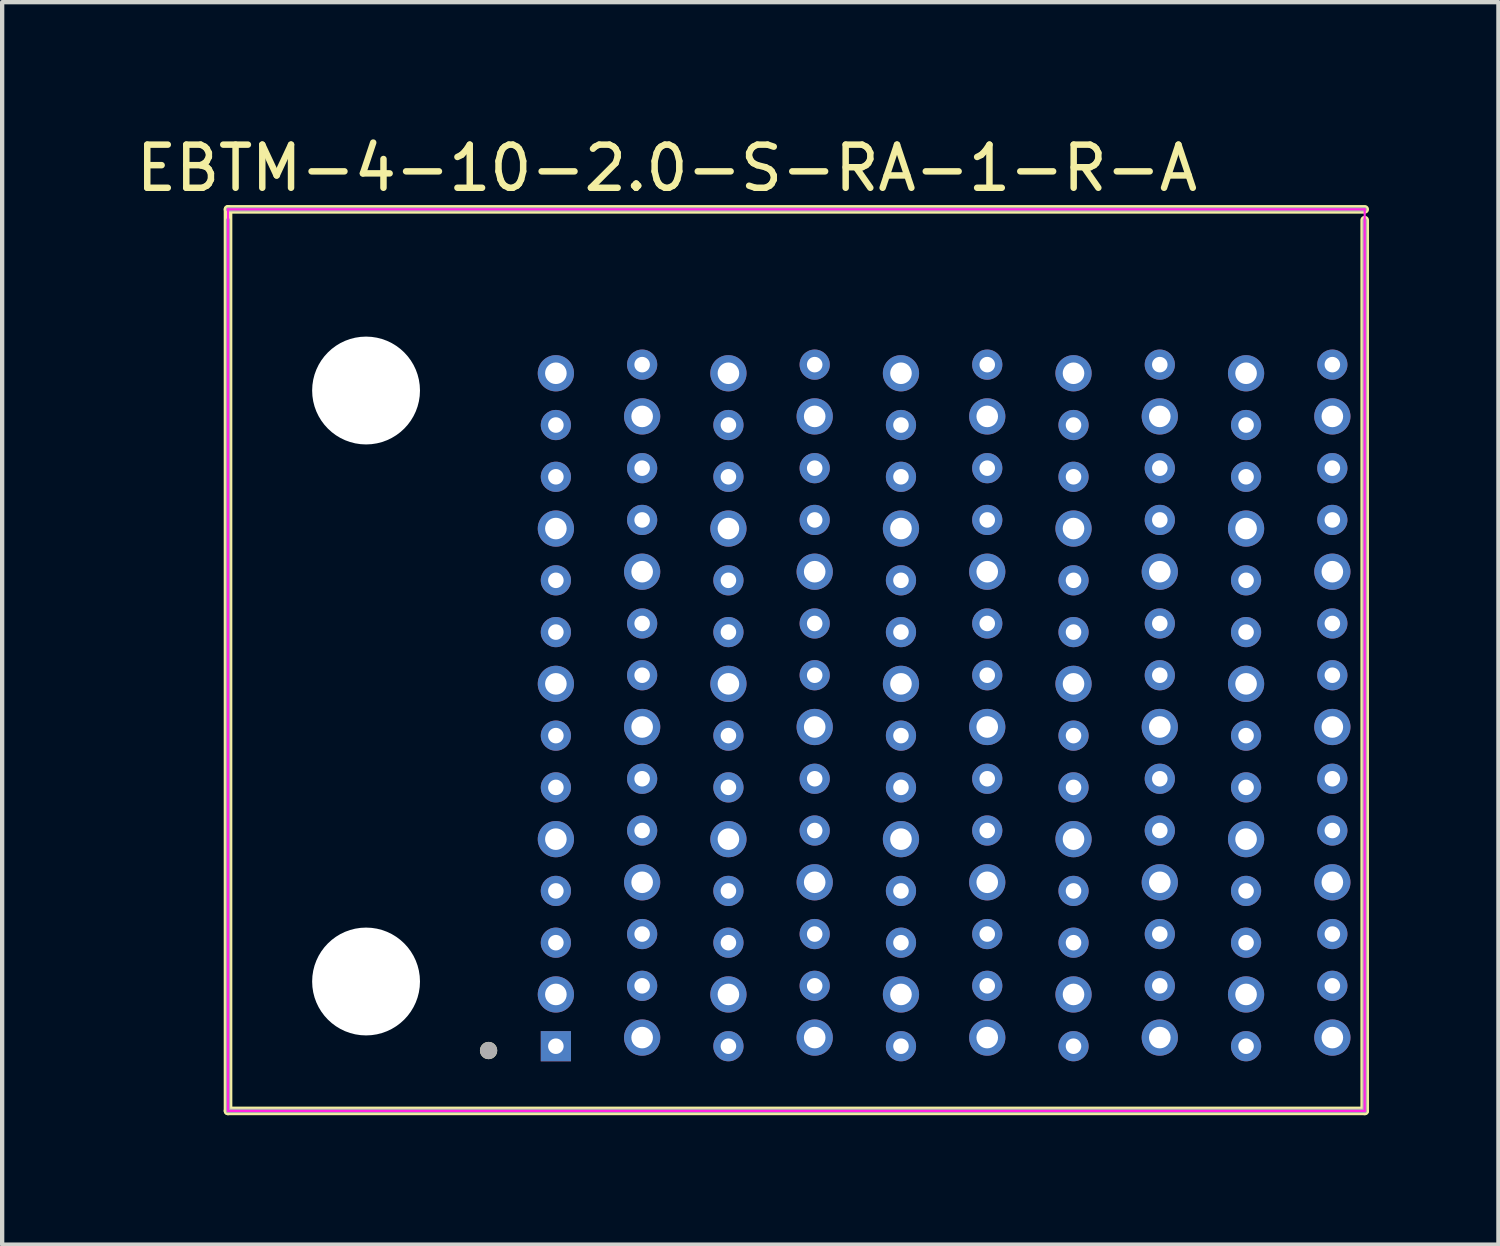
<source format=kicad_pcb>
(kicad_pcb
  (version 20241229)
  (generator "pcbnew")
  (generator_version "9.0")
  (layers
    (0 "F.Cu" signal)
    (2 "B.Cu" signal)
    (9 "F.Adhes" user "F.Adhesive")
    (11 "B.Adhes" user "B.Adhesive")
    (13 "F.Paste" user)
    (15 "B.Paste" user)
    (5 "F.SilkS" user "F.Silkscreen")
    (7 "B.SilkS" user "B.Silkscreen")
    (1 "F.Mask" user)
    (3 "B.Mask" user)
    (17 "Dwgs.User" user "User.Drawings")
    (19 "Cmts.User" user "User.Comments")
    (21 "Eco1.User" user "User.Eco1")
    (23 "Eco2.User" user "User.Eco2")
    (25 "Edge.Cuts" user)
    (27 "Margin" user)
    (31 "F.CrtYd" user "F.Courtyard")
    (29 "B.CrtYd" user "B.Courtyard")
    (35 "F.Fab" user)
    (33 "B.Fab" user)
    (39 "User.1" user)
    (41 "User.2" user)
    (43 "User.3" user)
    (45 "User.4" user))
  (footprint "EBTM-4-10-2.0-S-RA-1-R-A"
    (layer "F.Cu")
    (at 9.836 21.203)
    (property "Reference" "EBTM-4-10-2.0-S-RA-1-R-A" (at 2.575 -20.355 0) (layer "F.SilkS") (effects (font (size 1 1) (thickness 0.15))))
    (attr through_hole)
    (fp_line (start -7.6 -19.4) (end 18.75 -19.4) (stroke (width 0.2) (type solid)) (layer "F.SilkS"))
    (fp_line (start -7.6 1.5) (end -7.6 -19.4) (stroke (width 0.2) (type solid)) (layer "F.SilkS"))
    (fp_line (start 18.75 -19.15) (end 18.75 1.5) (stroke (width 0.2) (type solid)) (layer "F.SilkS"))
    (fp_line (start 18.75 1.5) (end -7.6 1.5) (stroke (width 0.2) (type solid)) (layer "F.SilkS"))
    (fp_circle (center -1.56 0.1) (end -1.46 0.1) (stroke (width 0.2) (type solid)) (fill no) (layer "F.SilkS"))
    (fp_line (start -7.6 -19.4) (end -7.6 1.5) (stroke (width 0.05) (type solid)) (layer "F.CrtYd"))
    (fp_line (start -7.6 1.5) (end 18.75 1.5) (stroke (width 0.05) (type solid)) (layer "F.CrtYd"))
    (fp_line (start 18.75 -19.4) (end -7.6 -19.4) (stroke (width 0.05) (type solid)) (layer "F.CrtYd"))
    (fp_line (start 18.75 1.5) (end 18.75 -19.4) (stroke (width 0.05) (type solid)) (layer "F.CrtYd"))
    (fp_line (start -7.6 -19.4) (end 18.75 -19.4) (stroke (width 0.1) (type solid)) (layer "F.Fab"))
    (fp_line (start -7.6 1.5) (end -7.6 -19.15) (stroke (width 0.1) (type solid)) (layer "F.Fab"))
    (fp_line (start 18.75 -19.15) (end 18.75 1.5) (stroke (width 0.1) (type solid)) (layer "F.Fab"))
    (fp_line (start 18.75 1.5) (end -7.6 1.5) (stroke (width 0.1) (type solid)) (layer "F.Fab"))
    (fp_circle (center -1.56 0.1) (end -1.46 0.1) (stroke (width 0.2) (type solid)) (fill no) (layer "F.Fab"))
    (pad "" np_thru_hole circle (at -4.4 -15.2) (size 2.5 2.5) (drill 2.5) (layers "*.Cu" "*.Mask"))
    (pad "" np_thru_hole circle (at -4.4 -1.5) (size 2.5 2.5) (drill 2.5) (layers "*.Cu" "*.Mask"))
    (pad "A1" thru_hole rect (at 0 0) (size 0.7 0.7) (drill 0.36) (layers "*.Cu" "*.Mask"))
    (pad "A2" thru_hole circle (at 2 -0.2) (size 0.84 0.84) (drill 0.5) (layers "*.Cu" "*.Mask"))
    (pad "A3" thru_hole circle (at 4 0) (size 0.7 0.7) (drill 0.36) (layers "*.Cu" "*.Mask"))
    (pad "A4" thru_hole circle (at 6 -0.2) (size 0.84 0.84) (drill 0.5) (layers "*.Cu" "*.Mask"))
    (pad "A5" thru_hole circle (at 8 0) (size 0.7 0.7) (drill 0.36) (layers "*.Cu" "*.Mask"))
    (pad "A6" thru_hole circle (at 10 -0.2) (size 0.84 0.84) (drill 0.5) (layers "*.Cu" "*.Mask"))
    (pad "A7" thru_hole circle (at 12 0) (size 0.7 0.7) (drill 0.36) (layers "*.Cu" "*.Mask"))
    (pad "A8" thru_hole circle (at 14 -0.2) (size 0.84 0.84) (drill 0.5) (layers "*.Cu" "*.Mask"))
    (pad "A9" thru_hole circle (at 16 0) (size 0.7 0.7) (drill 0.36) (layers "*.Cu" "*.Mask"))
    (pad "A10" thru_hole circle (at 18 -0.2) (size 0.84 0.84) (drill 0.5) (layers "*.Cu" "*.Mask"))
    (pad "B1" thru_hole circle (at 0 -1.2) (size 0.84 0.84) (drill 0.5) (layers "*.Cu" "*.Mask"))
    (pad "B2" thru_hole circle (at 2 -1.4) (size 0.7 0.7) (drill 0.36) (layers "*.Cu" "*.Mask"))
    (pad "B3" thru_hole circle (at 4 -1.2) (size 0.84 0.84) (drill 0.5) (layers "*.Cu" "*.Mask"))
    (pad "B4" thru_hole circle (at 6 -1.4) (size 0.7 0.7) (drill 0.36) (layers "*.Cu" "*.Mask"))
    (pad "B5" thru_hole circle (at 8 -1.2) (size 0.84 0.84) (drill 0.5) (layers "*.Cu" "*.Mask"))
    (pad "B6" thru_hole circle (at 10 -1.4) (size 0.7 0.7) (drill 0.36) (layers "*.Cu" "*.Mask"))
    (pad "B7" thru_hole circle (at 12 -1.2) (size 0.84 0.84) (drill 0.5) (layers "*.Cu" "*.Mask"))
    (pad "B8" thru_hole circle (at 14 -1.4) (size 0.7 0.7) (drill 0.36) (layers "*.Cu" "*.Mask"))
    (pad "B9" thru_hole circle (at 16 -1.2) (size 0.84 0.84) (drill 0.5) (layers "*.Cu" "*.Mask"))
    (pad "B10" thru_hole circle (at 18 -1.4) (size 0.7 0.7) (drill 0.36) (layers "*.Cu" "*.Mask"))
    (pad "C1" thru_hole circle (at 0 -2.4) (size 0.7 0.7) (drill 0.36) (layers "*.Cu" "*.Mask"))
    (pad "C2" thru_hole circle (at 2 -2.6) (size 0.7 0.7) (drill 0.36) (layers "*.Cu" "*.Mask"))
    (pad "C3" thru_hole circle (at 4 -2.4) (size 0.7 0.7) (drill 0.36) (layers "*.Cu" "*.Mask"))
    (pad "C4" thru_hole circle (at 6 -2.6) (size 0.7 0.7) (drill 0.36) (layers "*.Cu" "*.Mask"))
    (pad "C5" thru_hole circle (at 8 -2.4) (size 0.7 0.7) (drill 0.36) (layers "*.Cu" "*.Mask"))
    (pad "C6" thru_hole circle (at 10 -2.6) (size 0.7 0.7) (drill 0.36) (layers "*.Cu" "*.Mask"))
    (pad "C7" thru_hole circle (at 12 -2.4) (size 0.7 0.7) (drill 0.36) (layers "*.Cu" "*.Mask"))
    (pad "C8" thru_hole circle (at 14 -2.6) (size 0.7 0.7) (drill 0.36) (layers "*.Cu" "*.Mask"))
    (pad "C9" thru_hole circle (at 16 -2.4) (size 0.7 0.7) (drill 0.36) (layers "*.Cu" "*.Mask"))
    (pad "C10" thru_hole circle (at 18 -2.6) (size 0.7 0.7) (drill 0.36) (layers "*.Cu" "*.Mask"))
    (pad "D1" thru_hole circle (at 0 -3.6) (size 0.7 0.7) (drill 0.36) (layers "*.Cu" "*.Mask"))
    (pad "D2" thru_hole circle (at 2 -3.8) (size 0.84 0.84) (drill 0.5) (layers "*.Cu" "*.Mask"))
    (pad "D3" thru_hole circle (at 4 -3.6) (size 0.7 0.7) (drill 0.36) (layers "*.Cu" "*.Mask"))
    (pad "D4" thru_hole circle (at 6 -3.8) (size 0.84 0.84) (drill 0.5) (layers "*.Cu" "*.Mask"))
    (pad "D5" thru_hole circle (at 8 -3.6) (size 0.7 0.7) (drill 0.36) (layers "*.Cu" "*.Mask"))
    (pad "D6" thru_hole circle (at 10 -3.8) (size 0.84 0.84) (drill 0.5) (layers "*.Cu" "*.Mask"))
    (pad "D7" thru_hole circle (at 12 -3.6) (size 0.7 0.7) (drill 0.36) (layers "*.Cu" "*.Mask"))
    (pad "D8" thru_hole circle (at 14 -3.8) (size 0.84 0.84) (drill 0.5) (layers "*.Cu" "*.Mask"))
    (pad "D9" thru_hole circle (at 16 -3.6) (size 0.7 0.7) (drill 0.36) (layers "*.Cu" "*.Mask"))
    (pad "D10" thru_hole circle (at 18 -3.8) (size 0.84 0.84) (drill 0.5) (layers "*.Cu" "*.Mask"))
    (pad "E1" thru_hole circle (at 0 -4.8) (size 0.84 0.84) (drill 0.5) (layers "*.Cu" "*.Mask"))
    (pad "E2" thru_hole circle (at 2 -5) (size 0.7 0.7) (drill 0.36) (layers "*.Cu" "*.Mask"))
    (pad "E3" thru_hole circle (at 4 -4.8) (size 0.84 0.84) (drill 0.5) (layers "*.Cu" "*.Mask"))
    (pad "E4" thru_hole circle (at 6 -5) (size 0.7 0.7) (drill 0.36) (layers "*.Cu" "*.Mask"))
    (pad "E5" thru_hole circle (at 8 -4.8) (size 0.84 0.84) (drill 0.5) (layers "*.Cu" "*.Mask"))
    (pad "E6" thru_hole circle (at 10 -5) (size 0.7 0.7) (drill 0.36) (layers "*.Cu" "*.Mask"))
    (pad "E7" thru_hole circle (at 12 -4.8) (size 0.84 0.84) (drill 0.5) (layers "*.Cu" "*.Mask"))
    (pad "E8" thru_hole circle (at 14 -5) (size 0.7 0.7) (drill 0.36) (layers "*.Cu" "*.Mask"))
    (pad "E9" thru_hole circle (at 16 -4.8) (size 0.84 0.84) (drill 0.5) (layers "*.Cu" "*.Mask"))
    (pad "E10" thru_hole circle (at 18 -5) (size 0.7 0.7) (drill 0.36) (layers "*.Cu" "*.Mask"))
    (pad "F1" thru_hole circle (at 0 -6) (size 0.7 0.7) (drill 0.36) (layers "*.Cu" "*.Mask"))
    (pad "F2" thru_hole circle (at 2 -6.2) (size 0.7 0.7) (drill 0.36) (layers "*.Cu" "*.Mask"))
    (pad "F3" thru_hole circle (at 4 -6) (size 0.7 0.7) (drill 0.36) (layers "*.Cu" "*.Mask"))
    (pad "F4" thru_hole circle (at 6 -6.2) (size 0.7 0.7) (drill 0.36) (layers "*.Cu" "*.Mask"))
    (pad "F5" thru_hole circle (at 8 -6) (size 0.7 0.7) (drill 0.36) (layers "*.Cu" "*.Mask"))
    (pad "F6" thru_hole circle (at 10 -6.2) (size 0.7 0.7) (drill 0.36) (layers "*.Cu" "*.Mask"))
    (pad "F7" thru_hole circle (at 12 -6) (size 0.7 0.7) (drill 0.36) (layers "*.Cu" "*.Mask"))
    (pad "F8" thru_hole circle (at 14 -6.2) (size 0.7 0.7) (drill 0.36) (layers "*.Cu" "*.Mask"))
    (pad "F9" thru_hole circle (at 16 -6) (size 0.7 0.7) (drill 0.36) (layers "*.Cu" "*.Mask"))
    (pad "F10" thru_hole circle (at 18 -6.2) (size 0.7 0.7) (drill 0.36) (layers "*.Cu" "*.Mask"))
    (pad "G1" thru_hole circle (at 0 -7.2) (size 0.7 0.7) (drill 0.36) (layers "*.Cu" "*.Mask"))
    (pad "G2" thru_hole circle (at 2 -7.4) (size 0.84 0.84) (drill 0.5) (layers "*.Cu" "*.Mask"))
    (pad "G3" thru_hole circle (at 4 -7.2) (size 0.7 0.7) (drill 0.36) (layers "*.Cu" "*.Mask"))
    (pad "G4" thru_hole circle (at 6 -7.4) (size 0.84 0.84) (drill 0.5) (layers "*.Cu" "*.Mask"))
    (pad "G5" thru_hole circle (at 8 -7.2) (size 0.7 0.7) (drill 0.36) (layers "*.Cu" "*.Mask"))
    (pad "G6" thru_hole circle (at 10 -7.4) (size 0.84 0.84) (drill 0.5) (layers "*.Cu" "*.Mask"))
    (pad "G7" thru_hole circle (at 12 -7.2) (size 0.7 0.7) (drill 0.36) (layers "*.Cu" "*.Mask"))
    (pad "G8" thru_hole circle (at 14 -7.4) (size 0.84 0.84) (drill 0.5) (layers "*.Cu" "*.Mask"))
    (pad "G9" thru_hole circle (at 16 -7.2) (size 0.7 0.7) (drill 0.36) (layers "*.Cu" "*.Mask"))
    (pad "G10" thru_hole circle (at 18 -7.4) (size 0.84 0.84) (drill 0.5) (layers "*.Cu" "*.Mask"))
    (pad "H1" thru_hole circle (at 0 -8.4) (size 0.84 0.84) (drill 0.5) (layers "*.Cu" "*.Mask"))
    (pad "H2" thru_hole circle (at 2 -8.6) (size 0.7 0.7) (drill 0.36) (layers "*.Cu" "*.Mask"))
    (pad "H3" thru_hole circle (at 4 -8.4) (size 0.84 0.84) (drill 0.5) (layers "*.Cu" "*.Mask"))
    (pad "H4" thru_hole circle (at 6 -8.6) (size 0.7 0.7) (drill 0.36) (layers "*.Cu" "*.Mask"))
    (pad "H5" thru_hole circle (at 8 -8.4) (size 0.84 0.84) (drill 0.5) (layers "*.Cu" "*.Mask"))
    (pad "H6" thru_hole circle (at 10 -8.6) (size 0.7 0.7) (drill 0.36) (layers "*.Cu" "*.Mask"))
    (pad "H7" thru_hole circle (at 12 -8.4) (size 0.84 0.84) (drill 0.5) (layers "*.Cu" "*.Mask"))
    (pad "H8" thru_hole circle (at 14 -8.6) (size 0.7 0.7) (drill 0.36) (layers "*.Cu" "*.Mask"))
    (pad "H9" thru_hole circle (at 16 -8.4) (size 0.84 0.84) (drill 0.5) (layers "*.Cu" "*.Mask"))
    (pad "H10" thru_hole circle (at 18 -8.6) (size 0.7 0.7) (drill 0.36) (layers "*.Cu" "*.Mask"))
    (pad "I1" thru_hole circle (at 0 -9.6) (size 0.7 0.7) (drill 0.36) (layers "*.Cu" "*.Mask"))
    (pad "I2" thru_hole circle (at 2 -9.8) (size 0.7 0.7) (drill 0.36) (layers "*.Cu" "*.Mask"))
    (pad "I3" thru_hole circle (at 4 -9.6) (size 0.7 0.7) (drill 0.36) (layers "*.Cu" "*.Mask"))
    (pad "I4" thru_hole circle (at 6 -9.8) (size 0.7 0.7) (drill 0.36) (layers "*.Cu" "*.Mask"))
    (pad "I5" thru_hole circle (at 8 -9.6) (size 0.7 0.7) (drill 0.36) (layers "*.Cu" "*.Mask"))
    (pad "I6" thru_hole circle (at 10 -9.8) (size 0.7 0.7) (drill 0.36) (layers "*.Cu" "*.Mask"))
    (pad "I7" thru_hole circle (at 12 -9.6) (size 0.7 0.7) (drill 0.36) (layers "*.Cu" "*.Mask"))
    (pad "I8" thru_hole circle (at 14 -9.8) (size 0.7 0.7) (drill 0.36) (layers "*.Cu" "*.Mask"))
    (pad "I9" thru_hole circle (at 16 -9.6) (size 0.7 0.7) (drill 0.36) (layers "*.Cu" "*.Mask"))
    (pad "I10" thru_hole circle (at 18 -9.8) (size 0.7 0.7) (drill 0.36) (layers "*.Cu" "*.Mask"))
    (pad "J1" thru_hole circle (at 0 -10.8) (size 0.7 0.7) (drill 0.36) (layers "*.Cu" "*.Mask"))
    (pad "J2" thru_hole circle (at 2 -11) (size 0.84 0.84) (drill 0.5) (layers "*.Cu" "*.Mask"))
    (pad "J3" thru_hole circle (at 4 -10.8) (size 0.7 0.7) (drill 0.36) (layers "*.Cu" "*.Mask"))
    (pad "J4" thru_hole circle (at 6 -11) (size 0.84 0.84) (drill 0.5) (layers "*.Cu" "*.Mask"))
    (pad "J5" thru_hole circle (at 8 -10.8) (size 0.7 0.7) (drill 0.36) (layers "*.Cu" "*.Mask"))
    (pad "J6" thru_hole circle (at 10 -11) (size 0.84 0.84) (drill 0.5) (layers "*.Cu" "*.Mask"))
    (pad "J7" thru_hole circle (at 12 -10.8) (size 0.7 0.7) (drill 0.36) (layers "*.Cu" "*.Mask"))
    (pad "J8" thru_hole circle (at 14 -11) (size 0.84 0.84) (drill 0.5) (layers "*.Cu" "*.Mask"))
    (pad "J9" thru_hole circle (at 16 -10.8) (size 0.7 0.7) (drill 0.36) (layers "*.Cu" "*.Mask"))
    (pad "J10" thru_hole circle (at 18 -11) (size 0.84 0.84) (drill 0.5) (layers "*.Cu" "*.Mask"))
    (pad "K1" thru_hole circle (at 0 -12) (size 0.84 0.84) (drill 0.5) (layers "*.Cu" "*.Mask"))
    (pad "K2" thru_hole circle (at 2 -12.2) (size 0.7 0.7) (drill 0.36) (layers "*.Cu" "*.Mask"))
    (pad "K3" thru_hole circle (at 4 -12) (size 0.84 0.84) (drill 0.5) (layers "*.Cu" "*.Mask"))
    (pad "K4" thru_hole circle (at 6 -12.2) (size 0.7 0.7) (drill 0.36) (layers "*.Cu" "*.Mask"))
    (pad "K5" thru_hole circle (at 8 -12) (size 0.84 0.84) (drill 0.5) (layers "*.Cu" "*.Mask"))
    (pad "K6" thru_hole circle (at 10 -12.2) (size 0.7 0.7) (drill 0.36) (layers "*.Cu" "*.Mask"))
    (pad "K7" thru_hole circle (at 12 -12) (size 0.84 0.84) (drill 0.5) (layers "*.Cu" "*.Mask"))
    (pad "K8" thru_hole circle (at 14 -12.2) (size 0.7 0.7) (drill 0.36) (layers "*.Cu" "*.Mask"))
    (pad "K9" thru_hole circle (at 16 -12) (size 0.84 0.84) (drill 0.5) (layers "*.Cu" "*.Mask"))
    (pad "K10" thru_hole circle (at 18 -12.2) (size 0.7 0.7) (drill 0.36) (layers "*.Cu" "*.Mask"))
    (pad "L1" thru_hole circle (at 0 -13.2) (size 0.7 0.7) (drill 0.36) (layers "*.Cu" "*.Mask"))
    (pad "L2" thru_hole circle (at 2 -13.4) (size 0.7 0.7) (drill 0.36) (layers "*.Cu" "*.Mask"))
    (pad "L3" thru_hole circle (at 4 -13.2) (size 0.7 0.7) (drill 0.36) (layers "*.Cu" "*.Mask"))
    (pad "L4" thru_hole circle (at 6 -13.4) (size 0.7 0.7) (drill 0.36) (layers "*.Cu" "*.Mask"))
    (pad "L5" thru_hole circle (at 8 -13.2) (size 0.7 0.7) (drill 0.36) (layers "*.Cu" "*.Mask"))
    (pad "L6" thru_hole circle (at 10 -13.4) (size 0.7 0.7) (drill 0.36) (layers "*.Cu" "*.Mask"))
    (pad "L7" thru_hole circle (at 12 -13.2) (size 0.7 0.7) (drill 0.36) (layers "*.Cu" "*.Mask"))
    (pad "L8" thru_hole circle (at 14 -13.4) (size 0.7 0.7) (drill 0.36) (layers "*.Cu" "*.Mask"))
    (pad "L9" thru_hole circle (at 16 -13.2) (size 0.7 0.7) (drill 0.36) (layers "*.Cu" "*.Mask"))
    (pad "L10" thru_hole circle (at 18 -13.4) (size 0.7 0.7) (drill 0.36) (layers "*.Cu" "*.Mask"))
    (pad "M1" thru_hole circle (at 0 -14.4) (size 0.7 0.7) (drill 0.36) (layers "*.Cu" "*.Mask"))
    (pad "M2" thru_hole circle (at 2 -14.6) (size 0.84 0.84) (drill 0.5) (layers "*.Cu" "*.Mask"))
    (pad "M3" thru_hole circle (at 4 -14.4) (size 0.7 0.7) (drill 0.36) (layers "*.Cu" "*.Mask"))
    (pad "M4" thru_hole circle (at 6 -14.6) (size 0.84 0.84) (drill 0.5) (layers "*.Cu" "*.Mask"))
    (pad "M5" thru_hole circle (at 8 -14.4) (size 0.7 0.7) (drill 0.36) (layers "*.Cu" "*.Mask"))
    (pad "M6" thru_hole circle (at 10 -14.6) (size 0.84 0.84) (drill 0.5) (layers "*.Cu" "*.Mask"))
    (pad "M7" thru_hole circle (at 12 -14.4) (size 0.7 0.7) (drill 0.36) (layers "*.Cu" "*.Mask"))
    (pad "M8" thru_hole circle (at 14 -14.6) (size 0.84 0.84) (drill 0.5) (layers "*.Cu" "*.Mask"))
    (pad "M9" thru_hole circle (at 16 -14.4) (size 0.7 0.7) (drill 0.36) (layers "*.Cu" "*.Mask"))
    (pad "M10" thru_hole circle (at 18 -14.6) (size 0.84 0.84) (drill 0.5) (layers "*.Cu" "*.Mask"))
    (pad "N1" thru_hole circle (at 0 -15.6) (size 0.84 0.84) (drill 0.5) (layers "*.Cu" "*.Mask"))
    (pad "N2" thru_hole circle (at 2 -15.8) (size 0.7 0.7) (drill 0.36) (layers "*.Cu" "*.Mask"))
    (pad "N3" thru_hole circle (at 4 -15.6) (size 0.84 0.84) (drill 0.5) (layers "*.Cu" "*.Mask"))
    (pad "N4" thru_hole circle (at 6 -15.8) (size 0.7 0.7) (drill 0.36) (layers "*.Cu" "*.Mask"))
    (pad "N5" thru_hole circle (at 8 -15.6) (size 0.84 0.84) (drill 0.5) (layers "*.Cu" "*.Mask"))
    (pad "N6" thru_hole circle (at 10 -15.8) (size 0.7 0.7) (drill 0.36) (layers "*.Cu" "*.Mask"))
    (pad "N7" thru_hole circle (at 12 -15.6) (size 0.84 0.84) (drill 0.5) (layers "*.Cu" "*.Mask"))
    (pad "N8" thru_hole circle (at 14 -15.8) (size 0.7 0.7) (drill 0.36) (layers "*.Cu" "*.Mask"))
    (pad "N9" thru_hole circle (at 16 -15.6) (size 0.84 0.84) (drill 0.5) (layers "*.Cu" "*.Mask"))
    (pad "N10" thru_hole circle (at 18 -15.8) (size 0.7 0.7) (drill 0.36) (layers "*.Cu" "*.Mask")))
  (gr_rect
    (start -3 -3)
    (end 31.686 25.803)
    (stroke (width 0.1) (type default))
    (fill no)
    (layer "Edge.Cuts")))
</source>
